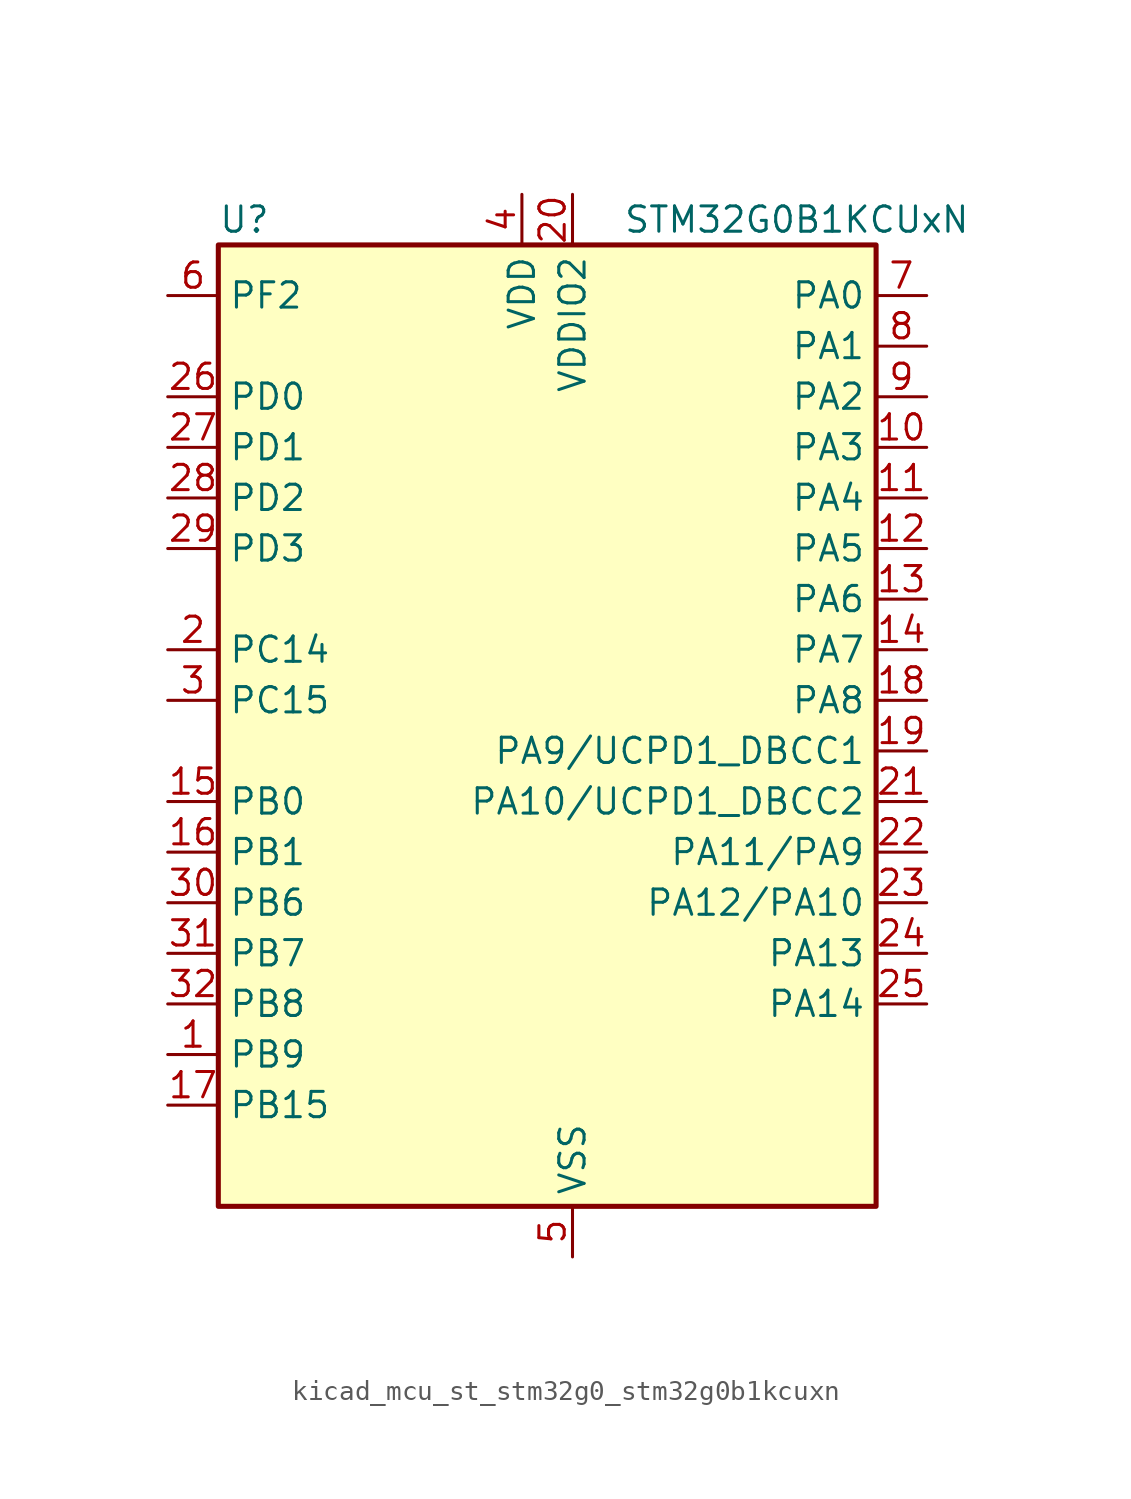
<source format=kicad_sym>
(kicad_symbol_lib
  (version 20220914)
  (generator kicad_symbol_editor)
  (symbol "kicad_mcu_st_stm32g0_stm32g0b1kcuxn"
    (property "Reference" "U"
      (at -15.24 26.67 0)
      (effects (font (size 1.27 1.27)) (justify left)))
    (property "Value" "STM32G0B1KCUxN"
      (at 5.08 26.67 0)
      (effects (font (size 1.27 1.27)) (justify left)))
    (property "ki_locked" ""
      (at 0 0 0)
      (effects (font (size 1.27 1.27))))
    (symbol "kicad_mcu_st_stm32g0_stm32g0b1kcuxn_0_1"
      (rectangle (start -15.24 -22.86) (end 17.78 25.4) (stroke (width 0.254) (type default)) (fill (type background))))
    (symbol "kicad_mcu_st_stm32g0_stm32g0b1kcuxn_1_1"
      (pin bidirectional line (at -17.78 -15.24 0) (length 2.54) (name "PB9" (effects (font (size 1.27 1.27)))) (number "1" (effects (font (size 1.27 1.27)))) (alternate "DAC1_EXTI9" bidirectional line) (alternate "FDCAN1_TX" bidirectional line) (alternate "I2C1_SDA" bidirectional line) (alternate "I2S2_WS" bidirectional line) (alternate "IR_OUT" bidirectional line) (alternate "SPI2_NSS" bidirectional line) (alternate "TIM17_CH1" bidirectional line) (alternate "TIM4_CH4" bidirectional line) (alternate "UCPD2_FRSTX1" bidirectional line) (alternate "UCPD2_FRSTX2" bidirectional line) (alternate "USART3_RX" bidirectional line) (alternate "USART6_RX" bidirectional line))
      (pin bidirectional line (at 20.32 15.24 180) (length 2.54) (name "PA3" (effects (font (size 1.27 1.27)))) (number "10" (effects (font (size 1.27 1.27)))) (alternate "ADC1_IN3" bidirectional line) (alternate "COMP2_INP" bidirectional line) (alternate "I2S2_MCK" bidirectional line) (alternate "LPUART1_RX" bidirectional line) (alternate "SPI2_MISO" bidirectional line) (alternate "TIM15_CH2" bidirectional line) (alternate "TIM2_CH4" bidirectional line) (alternate "UCPD2_FRSTX1" bidirectional line) (alternate "UCPD2_FRSTX2" bidirectional line) (alternate "USART2_RX" bidirectional line))
      (pin bidirectional line (at 20.32 12.7 180) (length 2.54) (name "PA4" (effects (font (size 1.27 1.27)))) (number "11" (effects (font (size 1.27 1.27)))) (alternate "ADC1_IN4" bidirectional line) (alternate "DAC1_OUT1" bidirectional line) (alternate "I2S1_WS" bidirectional line) (alternate "I2S2_SD" bidirectional line) (alternate "LPTIM2_OUT" bidirectional line) (alternate "RTC_OUT1" bidirectional line) (alternate "RTC_TAMP_IN1" bidirectional line) (alternate "RTC_TS" bidirectional line) (alternate "SPI1_NSS" bidirectional line) (alternate "SPI2_MOSI" bidirectional line) (alternate "SYS_WKUP2" bidirectional line) (alternate "TIM14_CH1" bidirectional line) (alternate "UCPD2_FRSTX1" bidirectional line) (alternate "UCPD2_FRSTX2" bidirectional line) (alternate "USART6_TX" bidirectional line) (alternate "USB_NOE" bidirectional line))
      (pin bidirectional line (at 20.32 10.16 180) (length 2.54) (name "PA5" (effects (font (size 1.27 1.27)))) (number "12" (effects (font (size 1.27 1.27)))) (alternate "ADC1_IN5" bidirectional line) (alternate "CEC" bidirectional line) (alternate "DAC1_OUT2" bidirectional line) (alternate "I2S1_CK" bidirectional line) (alternate "LPTIM2_ETR" bidirectional line) (alternate "SPI1_SCK" bidirectional line) (alternate "TIM2_CH1" bidirectional line) (alternate "TIM2_ETR" bidirectional line) (alternate "UCPD1_FRSTX1" bidirectional line) (alternate "UCPD1_FRSTX2" bidirectional line) (alternate "USART3_TX" bidirectional line) (alternate "USART6_RX" bidirectional line))
      (pin bidirectional line (at 20.32 7.62 180) (length 2.54) (name "PA6" (effects (font (size 1.27 1.27)))) (number "13" (effects (font (size 1.27 1.27)))) (alternate "ADC1_IN6" bidirectional line) (alternate "COMP1_OUT" bidirectional line) (alternate "I2C2_SDA" bidirectional line) (alternate "I2C3_SDA" bidirectional line) (alternate "I2S1_MCK" bidirectional line) (alternate "LPUART1_CTS" bidirectional line) (alternate "SPI1_MISO" bidirectional line) (alternate "TIM16_CH1" bidirectional line) (alternate "TIM1_BK" bidirectional line) (alternate "TIM3_CH1" bidirectional line) (alternate "USART3_CTS" bidirectional line) (alternate "USART3_NSS" bidirectional line) (alternate "USART6_CTS" bidirectional line) (alternate "USART6_NSS" bidirectional line))
      (pin bidirectional line (at 20.32 5.08 180) (length 2.54) (name "PA7" (effects (font (size 1.27 1.27)))) (number "14" (effects (font (size 1.27 1.27)))) (alternate "ADC1_IN7" bidirectional line) (alternate "COMP2_OUT" bidirectional line) (alternate "I2C2_SCL" bidirectional line) (alternate "I2C3_SCL" bidirectional line) (alternate "I2S1_SD" bidirectional line) (alternate "SPI1_MOSI" bidirectional line) (alternate "TIM14_CH1" bidirectional line) (alternate "TIM17_CH1" bidirectional line) (alternate "TIM1_CH1N" bidirectional line) (alternate "TIM3_CH2" bidirectional line) (alternate "UCPD1_FRSTX1" bidirectional line) (alternate "UCPD1_FRSTX2" bidirectional line) (alternate "USART6_CK" bidirectional line) (alternate "USART6_DE" bidirectional line) (alternate "USART6_RTS" bidirectional line))
      (pin bidirectional line (at -17.78 -2.54 0) (length 2.54) (name "PB0" (effects (font (size 1.27 1.27)))) (number "15" (effects (font (size 1.27 1.27)))) (alternate "ADC1_IN8" bidirectional line) (alternate "COMP1_OUT" bidirectional line) (alternate "COMP3_INP" bidirectional line) (alternate "FDCAN2_RX" bidirectional line) (alternate "I2S1_WS" bidirectional line) (alternate "LPTIM1_OUT" bidirectional line) (alternate "LPUART2_CTS" bidirectional line) (alternate "SPI1_NSS" bidirectional line) (alternate "TIM1_CH2N" bidirectional line) (alternate "TIM3_CH3" bidirectional line) (alternate "UCPD1_FRSTX1" bidirectional line) (alternate "UCPD1_FRSTX2" bidirectional line) (alternate "USART3_RX" bidirectional line) (alternate "USART5_TX" bidirectional line))
      (pin bidirectional line (at -17.78 -5.08 0) (length 2.54) (name "PB1" (effects (font (size 1.27 1.27)))) (number "16" (effects (font (size 1.27 1.27)))) (alternate "ADC1_IN9" bidirectional line) (alternate "COMP1_INM" bidirectional line) (alternate "COMP3_OUT" bidirectional line) (alternate "FDCAN2_TX" bidirectional line) (alternate "LPTIM2_IN1" bidirectional line) (alternate "LPUART1_DE" bidirectional line) (alternate "LPUART1_RTS" bidirectional line) (alternate "LPUART2_DE" bidirectional line) (alternate "LPUART2_RTS" bidirectional line) (alternate "TIM14_CH1" bidirectional line) (alternate "TIM1_CH3N" bidirectional line) (alternate "TIM3_CH4" bidirectional line) (alternate "USART3_CK" bidirectional line) (alternate "USART3_DE" bidirectional line) (alternate "USART3_RTS" bidirectional line) (alternate "USART5_RX" bidirectional line))
      (pin bidirectional line (at -17.78 -17.78 0) (length 2.54) (name "PB15" (effects (font (size 1.27 1.27)))) (number "17" (effects (font (size 1.27 1.27)))) (alternate "I2S2_SD" bidirectional line) (alternate "RTC_REFIN" bidirectional line) (alternate "SPI2_MOSI" bidirectional line) (alternate "TIM15_CH1N" bidirectional line) (alternate "TIM15_CH2" bidirectional line) (alternate "TIM1_CH3N" bidirectional line) (alternate "UCPD1_CC2" bidirectional line) (alternate "USART6_CTS" bidirectional line) (alternate "USART6_NSS" bidirectional line))
      (pin bidirectional line (at 20.32 2.54 180) (length 2.54) (name "PA8" (effects (font (size 1.27 1.27)))) (number "18" (effects (font (size 1.27 1.27)))) (alternate "CRS1_SYNC" bidirectional line) (alternate "I2C2_SMBA" bidirectional line) (alternate "I2S2_WS" bidirectional line) (alternate "LPTIM2_OUT" bidirectional line) (alternate "RCC_MCO" bidirectional line) (alternate "SPI2_NSS" bidirectional line) (alternate "TIM1_CH1" bidirectional line) (alternate "UCPD1_CC1" bidirectional line))
      (pin bidirectional line (at 20.32 0 180) (length 2.54) (name "PA9/UCPD1_DBCC1" (effects (font (size 1.27 1.27)))) (number "19" (effects (font (size 1.27 1.27)))) (alternate "DAC1_EXTI9" bidirectional line) (alternate "I2C1_SCL" bidirectional line) (alternate "I2C2_SCL" bidirectional line) (alternate "I2S2_MCK" bidirectional line) (alternate "RCC_MCO" bidirectional line) (alternate "SPI2_MISO" bidirectional line) (alternate "TIM15_BK" bidirectional line) (alternate "TIM1_CH2" bidirectional line) (alternate "UCPD1_DBCC1" bidirectional line) (alternate "USART1_TX" bidirectional line))
      (pin bidirectional line (at -17.78 5.08 0) (length 2.54) (name "PC14" (effects (font (size 1.27 1.27)))) (number "2" (effects (font (size 1.27 1.27)))) (alternate "RCC_OSC32_IN" bidirectional line) (alternate "RCC_OSC_IN" bidirectional line) (alternate "TIM1_BK2" bidirectional line))
      (pin power_in line (at 2.54 27.94 270) (length 2.54) (name "VDDIO2" (effects (font (size 1.27 1.27)))) (number "20" (effects (font (size 1.27 1.27)))))
      (pin bidirectional line (at 20.32 -2.54 180) (length 2.54) (name "PA10/UCPD1_DBCC2" (effects (font (size 1.27 1.27)))) (number "21" (effects (font (size 1.27 1.27)))) (alternate "I2C1_SDA" bidirectional line) (alternate "I2C2_SDA" bidirectional line) (alternate "I2S2_SD" bidirectional line) (alternate "RCC_MCO_2" bidirectional line) (alternate "SPI2_MOSI" bidirectional line) (alternate "TIM17_BK" bidirectional line) (alternate "TIM1_CH3" bidirectional line) (alternate "UCPD1_DBCC2" bidirectional line) (alternate "USART1_RX" bidirectional line))
      (pin bidirectional line (at 20.32 -5.08 180) (length 2.54) (name "PA11/PA9" (effects (font (size 1.27 1.27)))) (number "22" (effects (font (size 1.27 1.27)))) (alternate "ADC1_EXTI11" bidirectional line) (alternate "COMP1_OUT" bidirectional line) (alternate "FDCAN1_RX" bidirectional line) (alternate "I2C2_SCL" bidirectional line) (alternate "I2S1_MCK" bidirectional line) (alternate "SPI1_MISO" bidirectional line) (alternate "TIM1_BK2" bidirectional line) (alternate "TIM1_CH4" bidirectional line) (alternate "USART1_CTS" bidirectional line) (alternate "USART1_NSS" bidirectional line) (alternate "USB_DM" bidirectional line))
      (pin bidirectional line (at 20.32 -7.62 180) (length 2.54) (name "PA12/PA10" (effects (font (size 1.27 1.27)))) (number "23" (effects (font (size 1.27 1.27)))) (alternate "COMP2_OUT" bidirectional line) (alternate "FDCAN1_TX" bidirectional line) (alternate "I2C2_SDA" bidirectional line) (alternate "I2S1_SD" bidirectional line) (alternate "I2S_CKIN" bidirectional line) (alternate "SPI1_MOSI" bidirectional line) (alternate "TIM1_ETR" bidirectional line) (alternate "USART1_CK" bidirectional line) (alternate "USART1_DE" bidirectional line) (alternate "USART1_RTS" bidirectional line) (alternate "USB_DP" bidirectional line))
      (pin bidirectional line (at 20.32 -10.16 180) (length 2.54) (name "PA13" (effects (font (size 1.27 1.27)))) (number "24" (effects (font (size 1.27 1.27)))) (alternate "IR_OUT" bidirectional line) (alternate "LPUART2_RX" bidirectional line) (alternate "SYS_SWDIO" bidirectional line) (alternate "USB_NOE" bidirectional line))
      (pin bidirectional line (at 20.32 -12.7 180) (length 2.54) (name "PA14" (effects (font (size 1.27 1.27)))) (number "25" (effects (font (size 1.27 1.27)))) (alternate "LPUART2_TX" bidirectional line) (alternate "SYS_SWCLK" bidirectional line) (alternate "USART2_TX" bidirectional line))
      (pin bidirectional line (at -17.78 17.78 0) (length 2.54) (name "PD0" (effects (font (size 1.27 1.27)))) (number "26" (effects (font (size 1.27 1.27)))) (alternate "FDCAN1_RX" bidirectional line) (alternate "I2S2_WS" bidirectional line) (alternate "SPI2_NSS" bidirectional line) (alternate "TIM16_CH1" bidirectional line) (alternate "UCPD2_CC1" bidirectional line))
      (pin bidirectional line (at -17.78 15.24 0) (length 2.54) (name "PD1" (effects (font (size 1.27 1.27)))) (number "27" (effects (font (size 1.27 1.27)))) (alternate "FDCAN1_TX" bidirectional line) (alternate "I2S2_CK" bidirectional line) (alternate "SPI2_SCK" bidirectional line) (alternate "TIM17_CH1" bidirectional line) (alternate "UCPD2_DBCC1" bidirectional line))
      (pin bidirectional line (at -17.78 12.7 0) (length 2.54) (name "PD2" (effects (font (size 1.27 1.27)))) (number "28" (effects (font (size 1.27 1.27)))) (alternate "TIM1_CH1N" bidirectional line) (alternate "TIM3_ETR" bidirectional line) (alternate "UCPD2_CC2" bidirectional line) (alternate "USART3_CK" bidirectional line) (alternate "USART3_DE" bidirectional line) (alternate "USART3_RTS" bidirectional line) (alternate "USART5_RX" bidirectional line))
      (pin bidirectional line (at -17.78 10.16 0) (length 2.54) (name "PD3" (effects (font (size 1.27 1.27)))) (number "29" (effects (font (size 1.27 1.27)))) (alternate "I2S2_MCK" bidirectional line) (alternate "SPI2_MISO" bidirectional line) (alternate "TIM1_CH2N" bidirectional line) (alternate "UCPD2_DBCC2" bidirectional line) (alternate "USART2_CTS" bidirectional line) (alternate "USART2_NSS" bidirectional line) (alternate "USART5_TX" bidirectional line))
      (pin bidirectional line (at -17.78 2.54 0) (length 2.54) (name "PC15" (effects (font (size 1.27 1.27)))) (number "3" (effects (font (size 1.27 1.27)))) (alternate "RCC_OSC32_EN" bidirectional line) (alternate "RCC_OSC32_OUT" bidirectional line) (alternate "RCC_OSC_EN" bidirectional line) (alternate "TIM15_BK" bidirectional line))
      (pin bidirectional line (at -17.78 -7.62 0) (length 2.54) (name "PB6" (effects (font (size 1.27 1.27)))) (number "30" (effects (font (size 1.27 1.27)))) (alternate "COMP2_INP" bidirectional line) (alternate "FDCAN2_TX" bidirectional line) (alternate "I2C1_SCL" bidirectional line) (alternate "I2S2_MCK" bidirectional line) (alternate "LPTIM1_ETR" bidirectional line) (alternate "LPUART2_TX" bidirectional line) (alternate "SPI2_MISO" bidirectional line) (alternate "TIM16_CH1N" bidirectional line) (alternate "TIM1_CH3" bidirectional line) (alternate "TIM4_CH1" bidirectional line) (alternate "USART1_TX" bidirectional line) (alternate "USART5_CTS" bidirectional line) (alternate "USART5_NSS" bidirectional line))
      (pin bidirectional line (at -17.78 -10.16 0) (length 2.54) (name "PB7" (effects (font (size 1.27 1.27)))) (number "31" (effects (font (size 1.27 1.27)))) (alternate "COMP2_INM" bidirectional line) (alternate "I2C1_SDA" bidirectional line) (alternate "I2S2_SD" bidirectional line) (alternate "LPTIM1_IN2" bidirectional line) (alternate "LPUART2_RX" bidirectional line) (alternate "SPI2_MOSI" bidirectional line) (alternate "SYS_PVD_IN" bidirectional line) (alternate "TIM17_CH1N" bidirectional line) (alternate "TIM4_CH2" bidirectional line) (alternate "USART1_RX" bidirectional line) (alternate "USART4_CTS" bidirectional line) (alternate "USART4_NSS" bidirectional line))
      (pin bidirectional line (at -17.78 -12.7 0) (length 2.54) (name "PB8" (effects (font (size 1.27 1.27)))) (number "32" (effects (font (size 1.27 1.27)))) (alternate "CEC" bidirectional line) (alternate "FDCAN1_RX" bidirectional line) (alternate "I2C1_SCL" bidirectional line) (alternate "I2S2_CK" bidirectional line) (alternate "SPI2_SCK" bidirectional line) (alternate "TIM15_BK" bidirectional line) (alternate "TIM16_CH1" bidirectional line) (alternate "TIM4_CH3" bidirectional line) (alternate "USART3_TX" bidirectional line) (alternate "USART6_TX" bidirectional line))
      (pin passive line (at 2.54 -25.4 90) (length 2.54) hide (name "VSS" (effects (font (size 1.27 1.27)))) (number "33" (effects (font (size 1.27 1.27)))))
      (pin power_in line (at 0 27.94 270) (length 2.54) (name "VDD" (effects (font (size 1.27 1.27)))) (number "4" (effects (font (size 1.27 1.27)))))
      (pin power_in line (at 2.54 -25.4 90) (length 2.54) (name "VSS" (effects (font (size 1.27 1.27)))) (number "5" (effects (font (size 1.27 1.27)))))
      (pin bidirectional line (at -17.78 22.86 0) (length 2.54) (name "PF2" (effects (font (size 1.27 1.27)))) (number "6" (effects (font (size 1.27 1.27)))) (alternate "LPUART2_DE" bidirectional line) (alternate "LPUART2_RTS" bidirectional line) (alternate "LPUART2_TX" bidirectional line) (alternate "RCC_MCO" bidirectional line))
      (pin bidirectional line (at 20.32 22.86 180) (length 2.54) (name "PA0" (effects (font (size 1.27 1.27)))) (number "7" (effects (font (size 1.27 1.27)))) (alternate "ADC1_IN0" bidirectional line) (alternate "COMP1_INM" bidirectional line) (alternate "COMP1_OUT" bidirectional line) (alternate "I2S2_CK" bidirectional line) (alternate "LPTIM1_OUT" bidirectional line) (alternate "RTC_TAMP_IN2" bidirectional line) (alternate "SPI2_SCK" bidirectional line) (alternate "SYS_WKUP1" bidirectional line) (alternate "TIM2_CH1" bidirectional line) (alternate "TIM2_ETR" bidirectional line) (alternate "UCPD2_FRSTX1" bidirectional line) (alternate "UCPD2_FRSTX2" bidirectional line) (alternate "USART2_CTS" bidirectional line) (alternate "USART2_NSS" bidirectional line) (alternate "USART4_TX" bidirectional line))
      (pin bidirectional line (at 20.32 20.32 180) (length 2.54) (name "PA1" (effects (font (size 1.27 1.27)))) (number "8" (effects (font (size 1.27 1.27)))) (alternate "ADC1_IN1" bidirectional line) (alternate "COMP1_INP" bidirectional line) (alternate "I2C1_SMBA" bidirectional line) (alternate "I2S1_CK" bidirectional line) (alternate "SPI1_SCK" bidirectional line) (alternate "TIM15_CH1N" bidirectional line) (alternate "TIM2_CH2" bidirectional line) (alternate "USART2_CK" bidirectional line) (alternate "USART2_DE" bidirectional line) (alternate "USART2_RTS" bidirectional line) (alternate "USART4_RX" bidirectional line))
      (pin bidirectional line (at 20.32 17.78 180) (length 2.54) (name "PA2" (effects (font (size 1.27 1.27)))) (number "9" (effects (font (size 1.27 1.27)))) (alternate "ADC1_IN2" bidirectional line) (alternate "COMP2_INM" bidirectional line) (alternate "COMP2_OUT" bidirectional line) (alternate "I2S1_SD" bidirectional line) (alternate "LPUART1_TX" bidirectional line) (alternate "RCC_LSCO" bidirectional line) (alternate "SPI1_MOSI" bidirectional line) (alternate "SYS_WKUP4" bidirectional line) (alternate "TIM15_CH1" bidirectional line) (alternate "TIM2_CH3" bidirectional line) (alternate "UCPD1_FRSTX1" bidirectional line) (alternate "UCPD1_FRSTX2" bidirectional line) (alternate "USART2_TX" bidirectional line)))))
</source>
